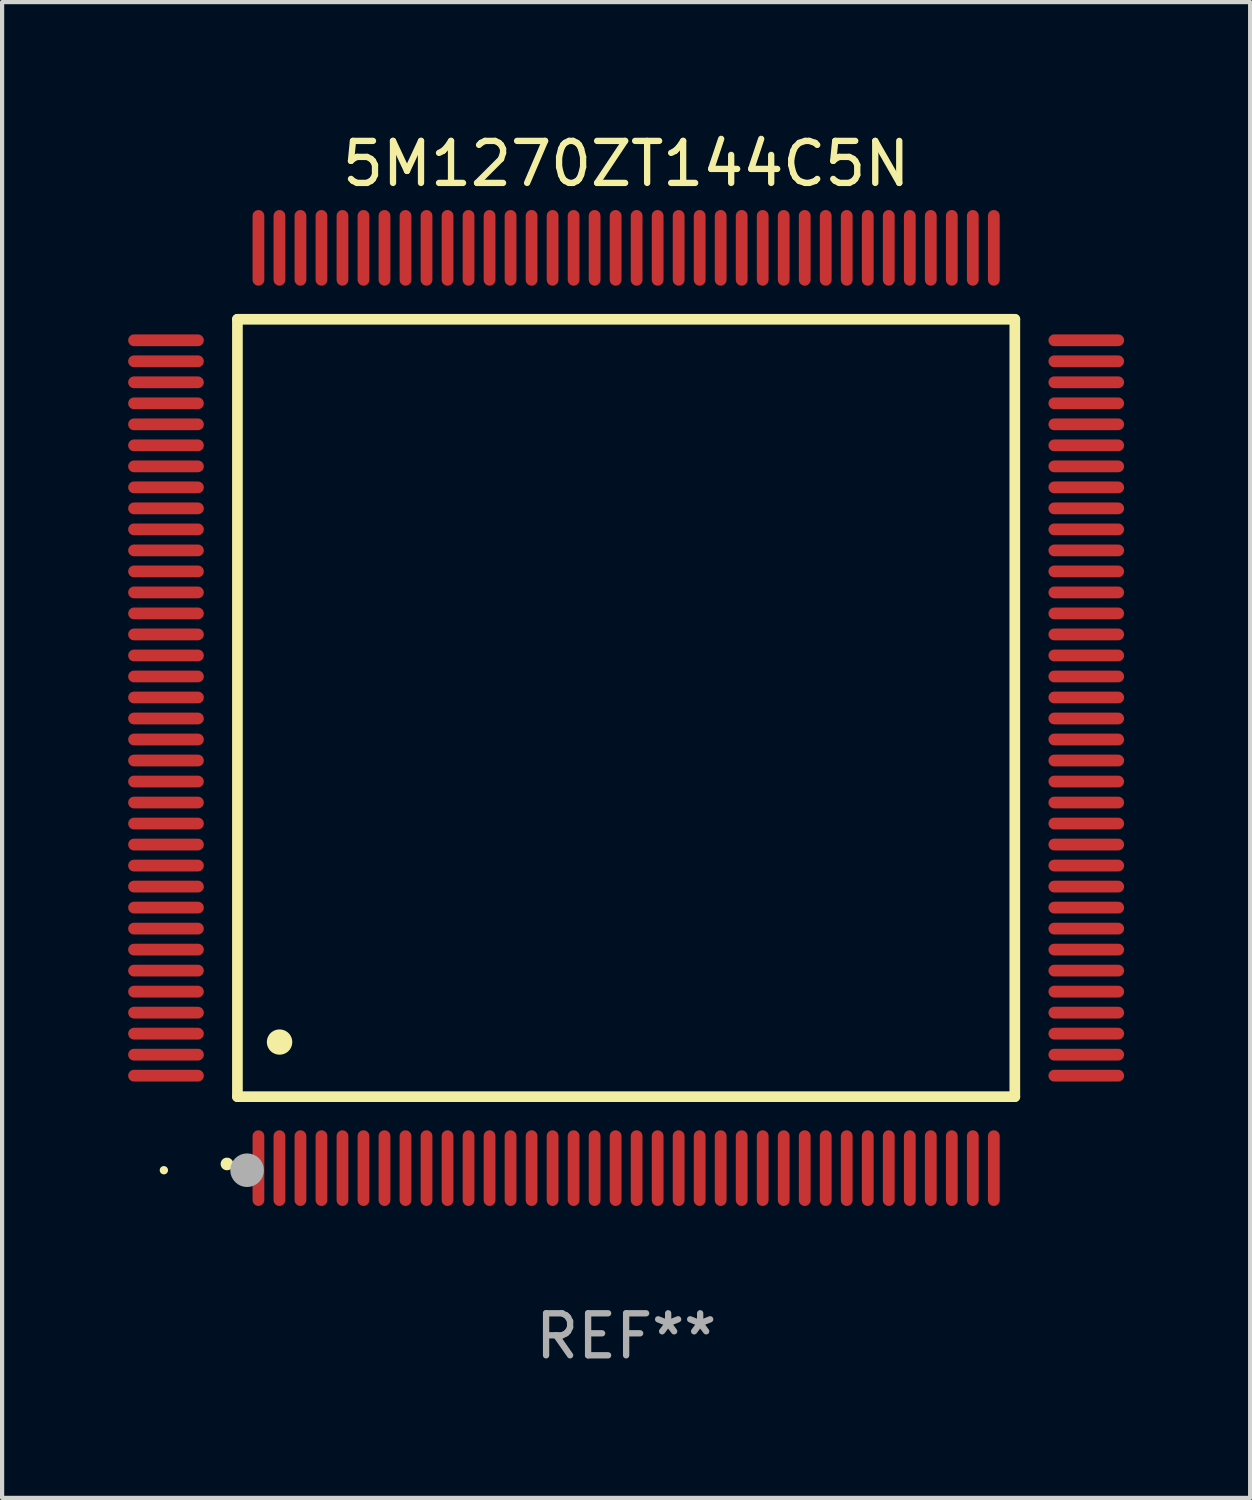
<source format=kicad_pcb>
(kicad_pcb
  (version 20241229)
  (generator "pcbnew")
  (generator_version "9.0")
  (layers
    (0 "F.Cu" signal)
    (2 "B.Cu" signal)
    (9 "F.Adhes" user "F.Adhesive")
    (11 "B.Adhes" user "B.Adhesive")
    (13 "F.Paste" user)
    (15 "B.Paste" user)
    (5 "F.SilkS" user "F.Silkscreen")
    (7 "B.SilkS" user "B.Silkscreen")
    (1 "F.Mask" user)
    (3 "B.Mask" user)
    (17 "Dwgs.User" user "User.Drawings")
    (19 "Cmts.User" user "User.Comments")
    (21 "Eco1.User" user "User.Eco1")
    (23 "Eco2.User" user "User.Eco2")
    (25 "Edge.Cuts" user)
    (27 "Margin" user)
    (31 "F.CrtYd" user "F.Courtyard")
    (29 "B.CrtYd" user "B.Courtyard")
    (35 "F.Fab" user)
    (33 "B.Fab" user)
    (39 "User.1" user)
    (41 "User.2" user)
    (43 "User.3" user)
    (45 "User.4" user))
  (footprint "5M1270ZT144C5N"
    (layer "F.Cu")
    (at 11.85 13.798)
    (property "Reference" "5M1270ZT144C5N" (at 0 -12.95 0) (layer "F.SilkS") (effects (font (size 1 1) (thickness 0.15))))
    (attr through_hole)
    (fp_line (start -9.25 -9.25) (end -9.25 9.25) (stroke (width 0.254) (type solid)) (layer "F.SilkS"))
    (fp_line (start -9.25 9.25) (end 9.25 9.25) (stroke (width 0.254) (type solid)) (layer "F.SilkS"))
    (fp_line (start 9.25 -9.25) (end -9.25 -9.25) (stroke (width 0.254) (type solid)) (layer "F.SilkS"))
    (fp_line (start 9.25 9.25) (end 9.25 -9.25) (stroke (width 0.254) (type solid)) (layer "F.SilkS"))
    (fp_arc (start -9.499619 10.850902) (mid -9.498349 10.850897) (end -9.497079 10.850902) (stroke (width 0.3) (type solid)) (layer "F.SilkS"))
    (fp_arc (start -8.249936 7.950216) (mid -8.247396 7.950205) (end -8.244856 7.950216) (stroke (width 0.6) (type solid)) (layer "F.SilkS"))
    (fp_circle (center -11 11) (end -10.95 11) (stroke (width 0.1) (type solid)) (fill no) (layer "F.SilkS"))
    (fp_circle (center -9.02 11) (end -8.82 11) (stroke (width 0.4) (type solid)) (fill no) (layer "F.Fab"))
    (fp_text user "REF**" (at 0 14.95 0) (layer "F.Fab") (effects (font (size 1 1) (thickness 0.15))))
    (pad "1" smd oval (at -8.75 10.95) (size 0.28 1.8) (layers "F.Cu" "F.Mask" "F.Paste"))
    (pad "2" smd oval (at -8.25 10.95) (size 0.28 1.8) (layers "F.Cu" "F.Mask" "F.Paste"))
    (pad "3" smd oval (at -7.75 10.95) (size 0.28 1.8) (layers "F.Cu" "F.Mask" "F.Paste"))
    (pad "4" smd oval (at -7.25 10.95) (size 0.28 1.8) (layers "F.Cu" "F.Mask" "F.Paste"))
    (pad "5" smd oval (at -6.75 10.95) (size 0.28 1.8) (layers "F.Cu" "F.Mask" "F.Paste"))
    (pad "6" smd oval (at -6.25 10.95) (size 0.28 1.8) (layers "F.Cu" "F.Mask" "F.Paste"))
    (pad "7" smd oval (at -5.75 10.95) (size 0.28 1.8) (layers "F.Cu" "F.Mask" "F.Paste"))
    (pad "8" smd oval (at -5.25 10.95) (size 0.28 1.8) (layers "F.Cu" "F.Mask" "F.Paste"))
    (pad "9" smd oval (at -4.75 10.95) (size 0.28 1.8) (layers "F.Cu" "F.Mask" "F.Paste"))
    (pad "10" smd oval (at -4.25 10.95) (size 0.28 1.8) (layers "F.Cu" "F.Mask" "F.Paste"))
    (pad "11" smd oval (at -3.75 10.95) (size 0.28 1.8) (layers "F.Cu" "F.Mask" "F.Paste"))
    (pad "12" smd oval (at -3.25 10.95) (size 0.28 1.8) (layers "F.Cu" "F.Mask" "F.Paste"))
    (pad "13" smd oval (at -2.75 10.95) (size 0.28 1.8) (layers "F.Cu" "F.Mask" "F.Paste"))
    (pad "14" smd oval (at -2.25 10.95) (size 0.28 1.8) (layers "F.Cu" "F.Mask" "F.Paste"))
    (pad "15" smd oval (at -1.75 10.95) (size 0.28 1.8) (layers "F.Cu" "F.Mask" "F.Paste"))
    (pad "16" smd oval (at -1.25 10.95) (size 0.28 1.8) (layers "F.Cu" "F.Mask" "F.Paste"))
    (pad "17" smd oval (at -0.75 10.95) (size 0.28 1.8) (layers "F.Cu" "F.Mask" "F.Paste"))
    (pad "18" smd oval (at -0.25 10.95) (size 0.28 1.8) (layers "F.Cu" "F.Mask" "F.Paste"))
    (pad "19" smd oval (at 0.25 10.95) (size 0.28 1.8) (layers "F.Cu" "F.Mask" "F.Paste"))
    (pad "20" smd oval (at 0.75 10.95) (size 0.28 1.8) (layers "F.Cu" "F.Mask" "F.Paste"))
    (pad "21" smd oval (at 1.25 10.95) (size 0.28 1.8) (layers "F.Cu" "F.Mask" "F.Paste"))
    (pad "22" smd oval (at 1.75 10.95) (size 0.28 1.8) (layers "F.Cu" "F.Mask" "F.Paste"))
    (pad "23" smd oval (at 2.25 10.95) (size 0.28 1.8) (layers "F.Cu" "F.Mask" "F.Paste"))
    (pad "24" smd oval (at 2.75 10.95) (size 0.28 1.8) (layers "F.Cu" "F.Mask" "F.Paste"))
    (pad "25" smd oval (at 3.25 10.95) (size 0.28 1.8) (layers "F.Cu" "F.Mask" "F.Paste"))
    (pad "26" smd oval (at 3.75 10.95) (size 0.28 1.8) (layers "F.Cu" "F.Mask" "F.Paste"))
    (pad "27" smd oval (at 4.25 10.95) (size 0.28 1.8) (layers "F.Cu" "F.Mask" "F.Paste"))
    (pad "28" smd oval (at 4.75 10.95) (size 0.28 1.8) (layers "F.Cu" "F.Mask" "F.Paste"))
    (pad "29" smd oval (at 5.25 10.95) (size 0.28 1.8) (layers "F.Cu" "F.Mask" "F.Paste"))
    (pad "30" smd oval (at 5.75 10.95) (size 0.28 1.8) (layers "F.Cu" "F.Mask" "F.Paste"))
    (pad "31" smd oval (at 6.25 10.95) (size 0.28 1.8) (layers "F.Cu" "F.Mask" "F.Paste"))
    (pad "32" smd oval (at 6.75 10.95) (size 0.28 1.8) (layers "F.Cu" "F.Mask" "F.Paste"))
    (pad "33" smd oval (at 7.25 10.95) (size 0.28 1.8) (layers "F.Cu" "F.Mask" "F.Paste"))
    (pad "34" smd oval (at 7.75 10.95) (size 0.28 1.8) (layers "F.Cu" "F.Mask" "F.Paste"))
    (pad "35" smd oval (at 8.25 10.95) (size 0.28 1.8) (layers "F.Cu" "F.Mask" "F.Paste"))
    (pad "36" smd oval (at 8.75 10.95) (size 0.28 1.8) (layers "F.Cu" "F.Mask" "F.Paste"))
    (pad "37" smd oval (at 10.95 8.75) (size 1.8 0.28) (layers "F.Cu" "F.Mask" "F.Paste"))
    (pad "38" smd oval (at 10.95 8.25) (size 1.8 0.28) (layers "F.Cu" "F.Mask" "F.Paste"))
    (pad "39" smd oval (at 10.95 7.75) (size 1.8 0.28) (layers "F.Cu" "F.Mask" "F.Paste"))
    (pad "40" smd oval (at 10.95 7.25) (size 1.8 0.28) (layers "F.Cu" "F.Mask" "F.Paste"))
    (pad "41" smd oval (at 10.95 6.75) (size 1.8 0.28) (layers "F.Cu" "F.Mask" "F.Paste"))
    (pad "42" smd oval (at 10.95 6.25) (size 1.8 0.28) (layers "F.Cu" "F.Mask" "F.Paste"))
    (pad "43" smd oval (at 10.95 5.75) (size 1.8 0.28) (layers "F.Cu" "F.Mask" "F.Paste"))
    (pad "44" smd oval (at 10.95 5.25) (size 1.8 0.28) (layers "F.Cu" "F.Mask" "F.Paste"))
    (pad "45" smd oval (at 10.95 4.75) (size 1.8 0.28) (layers "F.Cu" "F.Mask" "F.Paste"))
    (pad "46" smd oval (at 10.95 4.25) (size 1.8 0.28) (layers "F.Cu" "F.Mask" "F.Paste"))
    (pad "47" smd oval (at 10.95 3.75) (size 1.8 0.28) (layers "F.Cu" "F.Mask" "F.Paste"))
    (pad "48" smd oval (at 10.95 3.25) (size 1.8 0.28) (layers "F.Cu" "F.Mask" "F.Paste"))
    (pad "49" smd oval (at 10.95 2.75) (size 1.8 0.28) (layers "F.Cu" "F.Mask" "F.Paste"))
    (pad "50" smd oval (at 10.95 2.25) (size 1.8 0.28) (layers "F.Cu" "F.Mask" "F.Paste"))
    (pad "51" smd oval (at 10.95 1.75) (size 1.8 0.28) (layers "F.Cu" "F.Mask" "F.Paste"))
    (pad "52" smd oval (at 10.95 1.25) (size 1.8 0.28) (layers "F.Cu" "F.Mask" "F.Paste"))
    (pad "53" smd oval (at 10.95 0.75) (size 1.8 0.28) (layers "F.Cu" "F.Mask" "F.Paste"))
    (pad "54" smd oval (at 10.95 0.25) (size 1.8 0.28) (layers "F.Cu" "F.Mask" "F.Paste"))
    (pad "55" smd oval (at 10.95 -0.25) (size 1.8 0.28) (layers "F.Cu" "F.Mask" "F.Paste"))
    (pad "56" smd oval (at 10.95 -0.75) (size 1.8 0.28) (layers "F.Cu" "F.Mask" "F.Paste"))
    (pad "57" smd oval (at 10.95 -1.25) (size 1.8 0.28) (layers "F.Cu" "F.Mask" "F.Paste"))
    (pad "58" smd oval (at 10.95 -1.75) (size 1.8 0.28) (layers "F.Cu" "F.Mask" "F.Paste"))
    (pad "59" smd oval (at 10.95 -2.25) (size 1.8 0.28) (layers "F.Cu" "F.Mask" "F.Paste"))
    (pad "60" smd oval (at 10.95 -2.75) (size 1.8 0.28) (layers "F.Cu" "F.Mask" "F.Paste"))
    (pad "61" smd oval (at 10.95 -3.25) (size 1.8 0.28) (layers "F.Cu" "F.Mask" "F.Paste"))
    (pad "62" smd oval (at 10.95 -3.75) (size 1.8 0.28) (layers "F.Cu" "F.Mask" "F.Paste"))
    (pad "63" smd oval (at 10.95 -4.25) (size 1.8 0.28) (layers "F.Cu" "F.Mask" "F.Paste"))
    (pad "64" smd oval (at 10.95 -4.75) (size 1.8 0.28) (layers "F.Cu" "F.Mask" "F.Paste"))
    (pad "65" smd oval (at 10.95 -5.25) (size 1.8 0.28) (layers "F.Cu" "F.Mask" "F.Paste"))
    (pad "66" smd oval (at 10.95 -5.75) (size 1.8 0.28) (layers "F.Cu" "F.Mask" "F.Paste"))
    (pad "67" smd oval (at 10.95 -6.25) (size 1.8 0.28) (layers "F.Cu" "F.Mask" "F.Paste"))
    (pad "68" smd oval (at 10.95 -6.75) (size 1.8 0.28) (layers "F.Cu" "F.Mask" "F.Paste"))
    (pad "69" smd oval (at 10.95 -7.25) (size 1.8 0.28) (layers "F.Cu" "F.Mask" "F.Paste"))
    (pad "70" smd oval (at 10.95 -7.75) (size 1.8 0.28) (layers "F.Cu" "F.Mask" "F.Paste"))
    (pad "71" smd oval (at 10.95 -8.25) (size 1.8 0.28) (layers "F.Cu" "F.Mask" "F.Paste"))
    (pad "72" smd oval (at 10.95 -8.75) (size 1.8 0.28) (layers "F.Cu" "F.Mask" "F.Paste"))
    (pad "73" smd oval (at 8.75 -10.95) (size 0.28 1.8) (layers "F.Cu" "F.Mask" "F.Paste"))
    (pad "74" smd oval (at 8.25 -10.95) (size 0.28 1.8) (layers "F.Cu" "F.Mask" "F.Paste"))
    (pad "75" smd oval (at 7.75 -10.95) (size 0.28 1.8) (layers "F.Cu" "F.Mask" "F.Paste"))
    (pad "76" smd oval (at 7.25 -10.95) (size 0.28 1.8) (layers "F.Cu" "F.Mask" "F.Paste"))
    (pad "77" smd oval (at 6.75 -10.95) (size 0.28 1.8) (layers "F.Cu" "F.Mask" "F.Paste"))
    (pad "78" smd oval (at 6.25 -10.95) (size 0.28 1.8) (layers "F.Cu" "F.Mask" "F.Paste"))
    (pad "79" smd oval (at 5.75 -10.95) (size 0.28 1.8) (layers "F.Cu" "F.Mask" "F.Paste"))
    (pad "80" smd oval (at 5.25 -10.95) (size 0.28 1.8) (layers "F.Cu" "F.Mask" "F.Paste"))
    (pad "81" smd oval (at 4.75 -10.95) (size 0.28 1.8) (layers "F.Cu" "F.Mask" "F.Paste"))
    (pad "82" smd oval (at 4.25 -10.95) (size 0.28 1.8) (layers "F.Cu" "F.Mask" "F.Paste"))
    (pad "83" smd oval (at 3.75 -10.95) (size 0.28 1.8) (layers "F.Cu" "F.Mask" "F.Paste"))
    (pad "84" smd oval (at 3.25 -10.95) (size 0.28 1.8) (layers "F.Cu" "F.Mask" "F.Paste"))
    (pad "85" smd oval (at 2.75 -10.95) (size 0.28 1.8) (layers "F.Cu" "F.Mask" "F.Paste"))
    (pad "86" smd oval (at 2.25 -10.95) (size 0.28 1.8) (layers "F.Cu" "F.Mask" "F.Paste"))
    (pad "87" smd oval (at 1.75 -10.95) (size 0.28 1.8) (layers "F.Cu" "F.Mask" "F.Paste"))
    (pad "88" smd oval (at 1.25 -10.95) (size 0.28 1.8) (layers "F.Cu" "F.Mask" "F.Paste"))
    (pad "89" smd oval (at 0.75 -10.95) (size 0.28 1.8) (layers "F.Cu" "F.Mask" "F.Paste"))
    (pad "90" smd oval (at 0.25 -10.95) (size 0.28 1.8) (layers "F.Cu" "F.Mask" "F.Paste"))
    (pad "91" smd oval (at -0.25 -10.95) (size 0.28 1.8) (layers "F.Cu" "F.Mask" "F.Paste"))
    (pad "92" smd oval (at -0.75 -10.95) (size 0.28 1.8) (layers "F.Cu" "F.Mask" "F.Paste"))
    (pad "93" smd oval (at -1.25 -10.95) (size 0.28 1.8) (layers "F.Cu" "F.Mask" "F.Paste"))
    (pad "94" smd oval (at -1.75 -10.95) (size 0.28 1.8) (layers "F.Cu" "F.Mask" "F.Paste"))
    (pad "95" smd oval (at -2.25 -10.95) (size 0.28 1.8) (layers "F.Cu" "F.Mask" "F.Paste"))
    (pad "96" smd oval (at -2.75 -10.95) (size 0.28 1.8) (layers "F.Cu" "F.Mask" "F.Paste"))
    (pad "97" smd oval (at -3.25 -10.95) (size 0.28 1.8) (layers "F.Cu" "F.Mask" "F.Paste"))
    (pad "98" smd oval (at -3.75 -10.95) (size 0.28 1.8) (layers "F.Cu" "F.Mask" "F.Paste"))
    (pad "99" smd oval (at -4.25 -10.95) (size 0.28 1.8) (layers "F.Cu" "F.Mask" "F.Paste"))
    (pad "100" smd oval (at -4.75 -10.95) (size 0.28 1.8) (layers "F.Cu" "F.Mask" "F.Paste"))
    (pad "101" smd oval (at -5.25 -10.95) (size 0.28 1.8) (layers "F.Cu" "F.Mask" "F.Paste"))
    (pad "102" smd oval (at -5.75 -10.95) (size 0.28 1.8) (layers "F.Cu" "F.Mask" "F.Paste"))
    (pad "103" smd oval (at -6.25 -10.95) (size 0.28 1.8) (layers "F.Cu" "F.Mask" "F.Paste"))
    (pad "104" smd oval (at -6.75 -10.95) (size 0.28 1.8) (layers "F.Cu" "F.Mask" "F.Paste"))
    (pad "105" smd oval (at -7.25 -10.95) (size 0.28 1.8) (layers "F.Cu" "F.Mask" "F.Paste"))
    (pad "106" smd oval (at -7.75 -10.95) (size 0.28 1.8) (layers "F.Cu" "F.Mask" "F.Paste"))
    (pad "107" smd oval (at -8.25 -10.95) (size 0.28 1.8) (layers "F.Cu" "F.Mask" "F.Paste"))
    (pad "108" smd oval (at -8.75 -10.95) (size 0.28 1.8) (layers "F.Cu" "F.Mask" "F.Paste"))
    (pad "109" smd oval (at -10.95 -8.75) (size 1.8 0.28) (layers "F.Cu" "F.Mask" "F.Paste"))
    (pad "110" smd oval (at -10.95 -8.25) (size 1.8 0.28) (layers "F.Cu" "F.Mask" "F.Paste"))
    (pad "111" smd oval (at -10.95 -7.75) (size 1.8 0.28) (layers "F.Cu" "F.Mask" "F.Paste"))
    (pad "112" smd oval (at -10.95 -7.25) (size 1.8 0.28) (layers "F.Cu" "F.Mask" "F.Paste"))
    (pad "113" smd oval (at -10.95 -6.75) (size 1.8 0.28) (layers "F.Cu" "F.Mask" "F.Paste"))
    (pad "114" smd oval (at -10.95 -6.25) (size 1.8 0.28) (layers "F.Cu" "F.Mask" "F.Paste"))
    (pad "115" smd oval (at -10.95 -5.75) (size 1.8 0.28) (layers "F.Cu" "F.Mask" "F.Paste"))
    (pad "116" smd oval (at -10.95 -5.25) (size 1.8 0.28) (layers "F.Cu" "F.Mask" "F.Paste"))
    (pad "117" smd oval (at -10.95 -4.75) (size 1.8 0.28) (layers "F.Cu" "F.Mask" "F.Paste"))
    (pad "118" smd oval (at -10.95 -4.25) (size 1.8 0.28) (layers "F.Cu" "F.Mask" "F.Paste"))
    (pad "119" smd oval (at -10.95 -3.75) (size 1.8 0.28) (layers "F.Cu" "F.Mask" "F.Paste"))
    (pad "120" smd oval (at -10.95 -3.25) (size 1.8 0.28) (layers "F.Cu" "F.Mask" "F.Paste"))
    (pad "121" smd oval (at -10.95 -2.75) (size 1.8 0.28) (layers "F.Cu" "F.Mask" "F.Paste"))
    (pad "122" smd oval (at -10.95 -2.25) (size 1.8 0.28) (layers "F.Cu" "F.Mask" "F.Paste"))
    (pad "123" smd oval (at -10.95 -1.75) (size 1.8 0.28) (layers "F.Cu" "F.Mask" "F.Paste"))
    (pad "124" smd oval (at -10.95 -1.25) (size 1.8 0.28) (layers "F.Cu" "F.Mask" "F.Paste"))
    (pad "125" smd oval (at -10.95 -0.75) (size 1.8 0.28) (layers "F.Cu" "F.Mask" "F.Paste"))
    (pad "126" smd oval (at -10.95 -0.25) (size 1.8 0.28) (layers "F.Cu" "F.Mask" "F.Paste"))
    (pad "127" smd oval (at -10.95 0.25) (size 1.8 0.28) (layers "F.Cu" "F.Mask" "F.Paste"))
    (pad "128" smd oval (at -10.95 0.75) (size 1.8 0.28) (layers "F.Cu" "F.Mask" "F.Paste"))
    (pad "129" smd oval (at -10.95 1.25) (size 1.8 0.28) (layers "F.Cu" "F.Mask" "F.Paste"))
    (pad "130" smd oval (at -10.95 1.75) (size 1.8 0.28) (layers "F.Cu" "F.Mask" "F.Paste"))
    (pad "131" smd oval (at -10.95 2.25) (size 1.8 0.28) (layers "F.Cu" "F.Mask" "F.Paste"))
    (pad "132" smd oval (at -10.95 2.75) (size 1.8 0.28) (layers "F.Cu" "F.Mask" "F.Paste"))
    (pad "133" smd oval (at -10.95 3.25) (size 1.8 0.28) (layers "F.Cu" "F.Mask" "F.Paste"))
    (pad "134" smd oval (at -10.95 3.75) (size 1.8 0.28) (layers "F.Cu" "F.Mask" "F.Paste"))
    (pad "135" smd oval (at -10.95 4.25) (size 1.8 0.28) (layers "F.Cu" "F.Mask" "F.Paste"))
    (pad "136" smd oval (at -10.95 4.75) (size 1.8 0.28) (layers "F.Cu" "F.Mask" "F.Paste"))
    (pad "137" smd oval (at -10.95 5.25) (size 1.8 0.28) (layers "F.Cu" "F.Mask" "F.Paste"))
    (pad "138" smd oval (at -10.95 5.75) (size 1.8 0.28) (layers "F.Cu" "F.Mask" "F.Paste"))
    (pad "139" smd oval (at -10.95 6.25) (size 1.8 0.28) (layers "F.Cu" "F.Mask" "F.Paste"))
    (pad "140" smd oval (at -10.95 6.75) (size 1.8 0.28) (layers "F.Cu" "F.Mask" "F.Paste"))
    (pad "141" smd oval (at -10.95 7.25) (size 1.8 0.28) (layers "F.Cu" "F.Mask" "F.Paste"))
    (pad "142" smd oval (at -10.95 7.75) (size 1.8 0.28) (layers "F.Cu" "F.Mask" "F.Paste"))
    (pad "143" smd oval (at -10.95 8.25) (size 1.8 0.28) (layers "F.Cu" "F.Mask" "F.Paste"))
    (pad "144" smd oval (at -10.95 8.75) (size 1.8 0.28) (layers "F.Cu" "F.Mask" "F.Paste")))
  (gr_rect
    (start -3 -3)
    (end 26.7 32.596)
    (stroke (width 0.1) (type default))
    (fill no)
    (layer "Edge.Cuts")))
</source>
